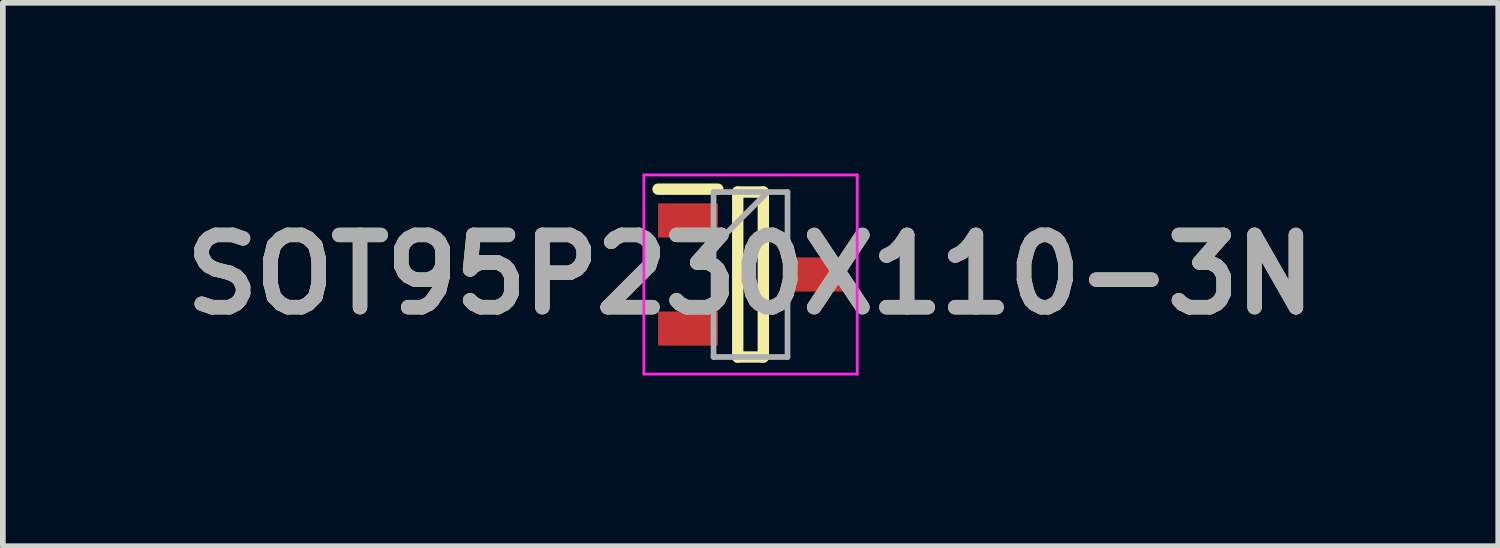
<source format=kicad_pcb>
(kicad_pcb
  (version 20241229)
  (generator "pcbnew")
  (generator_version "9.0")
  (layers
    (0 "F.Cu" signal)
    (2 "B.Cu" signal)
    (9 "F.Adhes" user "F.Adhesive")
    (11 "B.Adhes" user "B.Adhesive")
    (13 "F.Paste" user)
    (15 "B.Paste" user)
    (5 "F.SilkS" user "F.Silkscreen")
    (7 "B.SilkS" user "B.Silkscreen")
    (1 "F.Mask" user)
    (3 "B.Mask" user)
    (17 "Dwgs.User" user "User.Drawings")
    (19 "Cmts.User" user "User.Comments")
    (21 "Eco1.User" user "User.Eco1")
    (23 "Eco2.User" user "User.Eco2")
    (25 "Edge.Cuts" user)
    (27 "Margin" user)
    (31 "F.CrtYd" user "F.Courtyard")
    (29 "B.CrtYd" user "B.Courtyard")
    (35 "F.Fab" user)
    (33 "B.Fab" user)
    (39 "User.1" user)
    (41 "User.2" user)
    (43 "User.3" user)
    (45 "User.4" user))
  (footprint "SOT95P230X110-3N"
    (layer "F.Cu")
    (at 10.142 1.775)
    (property "Reference" "SOT95P230X110-3N" (at 0 0 0) (layer "F.SilkS") (effects (font (size 1.27 1.27) (thickness 0.254))))
    (attr smd)
    (fp_line (start -1.625 -1.5) (end -0.575 -1.5) (stroke (width 0.2) (type solid)) (layer "F.SilkS"))
    (fp_line (start -0.225 -1.45) (end 0.225 -1.45) (stroke (width 0.2) (type solid)) (layer "F.SilkS"))
    (fp_line (start -0.225 1.45) (end -0.225 -1.45) (stroke (width 0.2) (type solid)) (layer "F.SilkS"))
    (fp_line (start 0.225 -1.45) (end 0.225 1.45) (stroke (width 0.2) (type solid)) (layer "F.SilkS"))
    (fp_line (start 0.225 1.45) (end -0.225 1.45) (stroke (width 0.2) (type solid)) (layer "F.SilkS"))
    (fp_line (start -1.875 -1.75) (end 1.875 -1.75) (stroke (width 0.05) (type solid)) (layer "F.CrtYd"))
    (fp_line (start -1.875 1.75) (end -1.875 -1.75) (stroke (width 0.05) (type solid)) (layer "F.CrtYd"))
    (fp_line (start 1.875 -1.75) (end 1.875 1.75) (stroke (width 0.05) (type solid)) (layer "F.CrtYd"))
    (fp_line (start 1.875 1.75) (end -1.875 1.75) (stroke (width 0.05) (type solid)) (layer "F.CrtYd"))
    (fp_line (start -0.65 -1.45) (end 0.65 -1.45) (stroke (width 0.1) (type solid)) (layer "F.Fab"))
    (fp_line (start -0.65 -0.5) (end 0.3 -1.45) (stroke (width 0.1) (type solid)) (layer "F.Fab"))
    (fp_line (start -0.65 1.45) (end -0.65 -1.45) (stroke (width 0.1) (type solid)) (layer "F.Fab"))
    (fp_line (start 0.65 -1.45) (end 0.65 1.45) (stroke (width 0.1) (type solid)) (layer "F.Fab"))
    (fp_line (start 0.65 1.45) (end -0.65 1.45) (stroke (width 0.1) (type solid)) (layer "F.Fab"))
    (fp_text user "${REFERENCE}" (at 0 0 0) (layer "F.Fab") (effects (font (size 1.27 1.27) (thickness 0.254))))
    (pad "1" smd rect (at -1.1 -0.95 90) (size 0.6 1.05) (layers "F.Cu" "F.Mask" "F.Paste"))
    (pad "2" smd rect (at -1.1 0.95 90) (size 0.6 1.05) (layers "F.Cu" "F.Mask" "F.Paste"))
    (pad "3" smd rect (at 1.1 0 90) (size 0.6 1.05) (layers "F.Cu" "F.Mask" "F.Paste")))
  (gr_rect
    (start -3 -3)
    (end 23.284 6.55)
    (stroke (width 0.1) (type default))
    (fill no)
    (layer "Edge.Cuts")))
</source>
